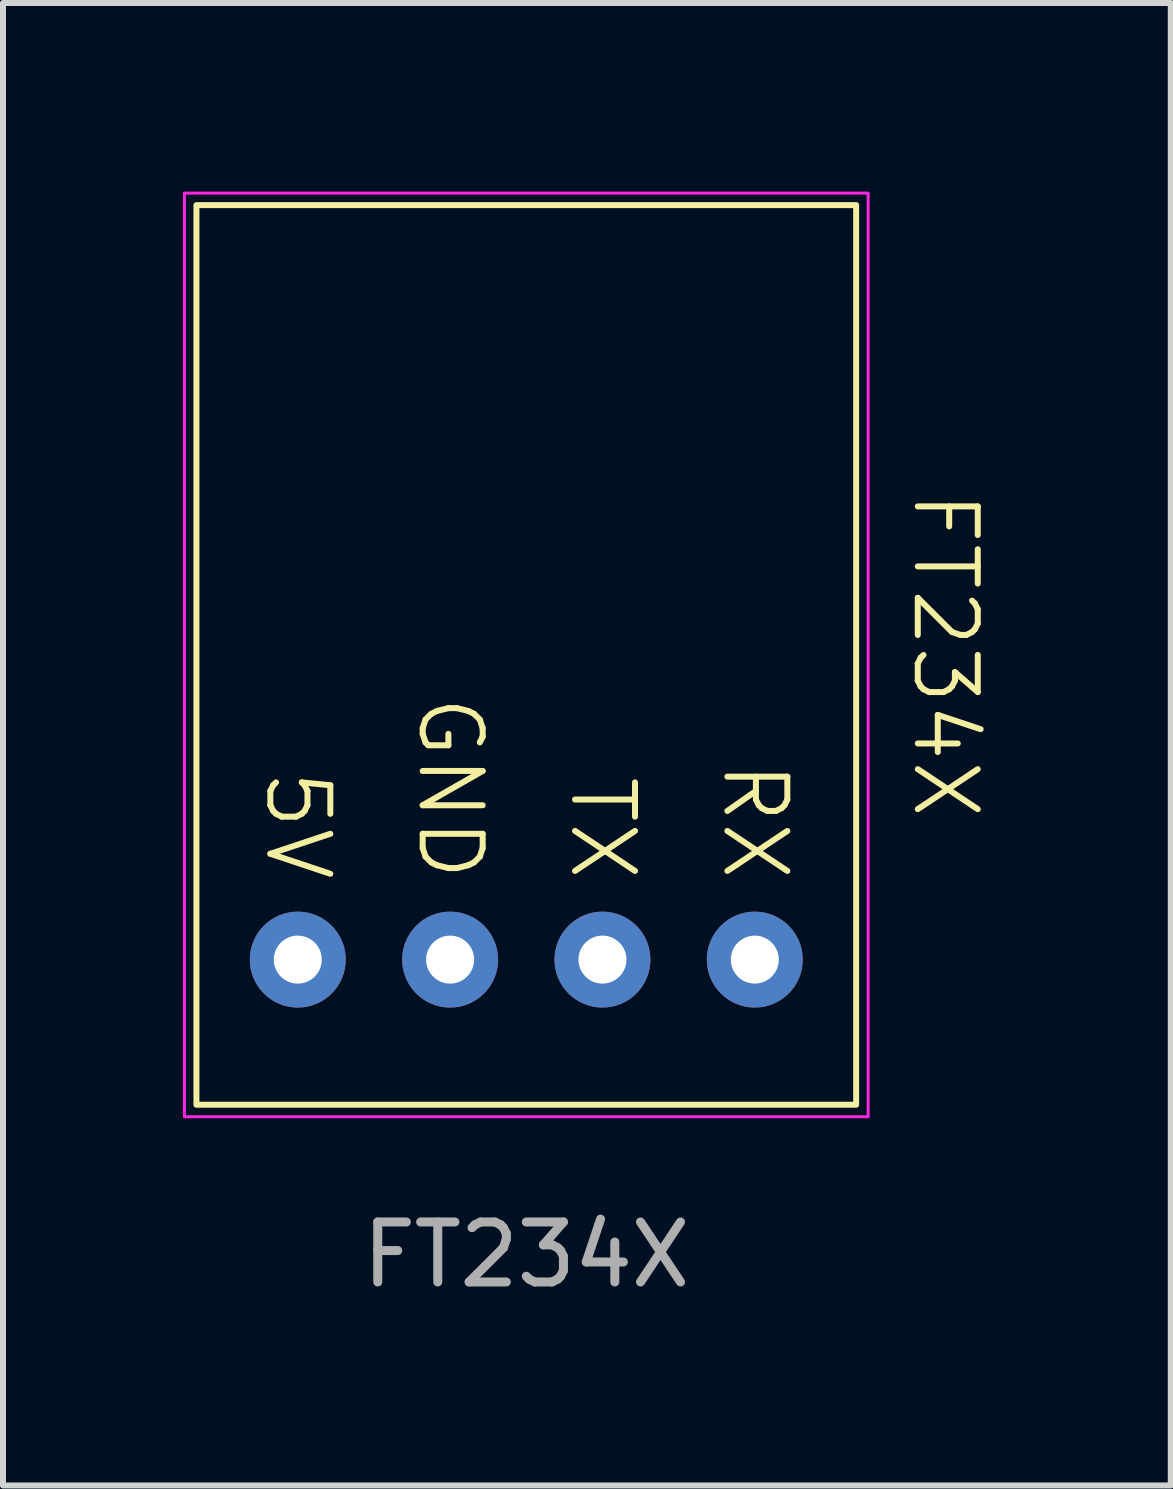
<source format=kicad_pcb>
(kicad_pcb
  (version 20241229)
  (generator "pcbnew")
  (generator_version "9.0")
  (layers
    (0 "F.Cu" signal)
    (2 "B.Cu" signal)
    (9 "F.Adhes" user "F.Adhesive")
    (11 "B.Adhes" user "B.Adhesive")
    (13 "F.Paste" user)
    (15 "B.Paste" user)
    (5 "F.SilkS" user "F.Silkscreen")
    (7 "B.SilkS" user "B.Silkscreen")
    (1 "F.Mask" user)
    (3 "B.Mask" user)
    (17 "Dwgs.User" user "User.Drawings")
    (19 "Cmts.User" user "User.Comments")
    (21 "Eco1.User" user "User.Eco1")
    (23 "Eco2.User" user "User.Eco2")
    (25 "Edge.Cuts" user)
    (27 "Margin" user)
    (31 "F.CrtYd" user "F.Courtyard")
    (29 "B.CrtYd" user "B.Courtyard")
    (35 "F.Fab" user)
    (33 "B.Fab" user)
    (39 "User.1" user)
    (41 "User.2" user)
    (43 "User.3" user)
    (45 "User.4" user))
  (footprint "FT234X"
    (layer "F.Cu")
    (at 5.725 0.25)
    (property "Reference" "FT234X" (at 6.985 7.62 270) (unlocked yes) (layer "F.SilkS") (effects (font (size 1 1) (thickness 0.1))))
    (attr through_hole)
    (fp_rect (start -5.5 0.12) (end 5.5 15.12) (stroke (width 0.1) (type default)) (fill no) (layer "F.SilkS"))
    (fp_rect (start -5.7 -0.08) (end 5.7 15.32) (stroke (width 0.05) (type default)) (fill no) (layer "F.CrtYd"))
    (fp_text user "TX" (at 1.27 11.43 270) (unlocked yes) (layer "F.SilkS") (effects (font (size 1 1) (thickness 0.1)) (justify right)))
    (fp_text user "GND" (at -1.27 11.43 270) (unlocked yes) (layer "F.SilkS") (effects (font (size 1 1) (thickness 0.1)) (justify right)))
    (fp_text user "RX" (at 3.81 11.43 270) (unlocked yes) (layer "F.SilkS") (effects (font (size 1 1) (thickness 0.1)) (justify right)))
    (fp_text user "5V" (at -3.81 11.43 270) (unlocked yes) (layer "F.SilkS") (effects (font (size 1 1) (thickness 0.1)) (justify right)))
    (fp_text user "${REFERENCE}" (at 0 17.62 0) (unlocked yes) (layer "F.Fab") (effects (font (size 1 1) (thickness 0.15))))
    (pad "1" thru_hole circle (at -3.81 12.7 90) (size 1.6 1.6) (drill 0.8) (layers "*.Cu" "*.Mask"))
    (pad "2" thru_hole circle (at -1.27 12.7 90) (size 1.6 1.6) (drill 0.8) (layers "*.Cu" "*.Mask"))
    (pad "3" thru_hole circle (at 1.27 12.7 90) (size 1.6 1.6) (drill 0.8) (layers "*.Cu" "*.Mask"))
    (pad "4" thru_hole circle (at 3.81 12.7 90) (size 1.6 1.6) (drill 0.8) (layers "*.Cu" "*.Mask")))
  (gr_rect
    (start -3 -3)
    (end 16.471 21.718)
    (stroke (width 0.1) (type default))
    (fill no)
    (layer "Edge.Cuts")))
</source>
